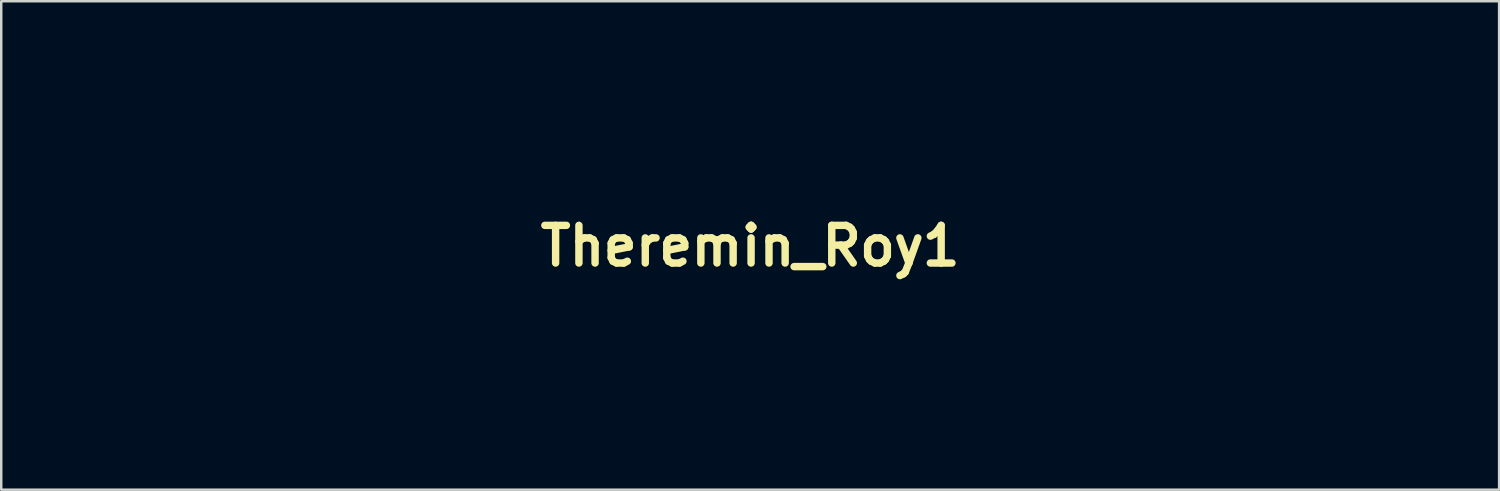
<source format=kicad_pcb>
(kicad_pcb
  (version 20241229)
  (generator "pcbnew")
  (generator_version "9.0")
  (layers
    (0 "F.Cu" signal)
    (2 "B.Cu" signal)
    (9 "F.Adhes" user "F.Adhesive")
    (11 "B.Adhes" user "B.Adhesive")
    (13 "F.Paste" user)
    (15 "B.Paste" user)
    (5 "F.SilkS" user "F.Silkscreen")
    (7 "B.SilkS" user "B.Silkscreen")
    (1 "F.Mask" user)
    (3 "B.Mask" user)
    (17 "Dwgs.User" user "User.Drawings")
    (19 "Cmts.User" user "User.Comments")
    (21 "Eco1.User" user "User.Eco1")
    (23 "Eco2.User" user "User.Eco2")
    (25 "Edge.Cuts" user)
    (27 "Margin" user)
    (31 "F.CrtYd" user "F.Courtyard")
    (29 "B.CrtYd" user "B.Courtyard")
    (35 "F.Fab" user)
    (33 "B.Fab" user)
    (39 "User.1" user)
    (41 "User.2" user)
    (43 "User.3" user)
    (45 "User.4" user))
  (footprint "Theremin_Roy1"
    (layer "F.Cu")
    (at 27.31 6.905)
    (property "Reference" "Theremin_Roy1" (at 0 0 0) (layer "F.SilkS") (effects (font (size 1.524 1.524) (thickness 0.3))))
    (attr through_hole)
    (fp_poly (pts (xy -15.483 6.858) (xy -17.007 6.858) (xy -12.774 2.625) (xy -11.25 2.625) (xy -15.483 6.858)) (stroke (width 0.01) (type solid)) (fill yes) (layer "F.Mask"))
    (fp_poly (pts (xy -12.499 6.858) (xy -14.023 6.858) (xy -9.79 2.625) (xy -8.266 2.625) (xy -12.499 6.858)) (stroke (width 0.01) (type solid)) (fill yes) (layer "F.Mask"))
    (fp_poly (pts (xy -9.493 6.858) (xy -11.017 6.858) (xy -6.784 2.625) (xy -5.26 2.625) (xy -9.493 6.858)) (stroke (width 0.01) (type solid)) (fill yes) (layer "F.Mask"))
    (fp_poly (pts (xy -8.964 -2.646) (xy -10.488 -2.646) (xy -6.234 -6.9) (xy -4.71 -6.9) (xy -8.964 -2.646)) (stroke (width 0.01) (type solid)) (fill yes) (layer "F.Mask"))
    (fp_poly (pts (xy -6.509 6.858) (xy -8.033 6.858) (xy -3.799 2.625) (xy -2.275 2.625) (xy -6.509 6.858)) (stroke (width 0.01) (type solid)) (fill yes) (layer "F.Mask"))
    (fp_poly (pts (xy -5.98 -2.646) (xy -7.504 -2.646) (xy -3.249 -6.9) (xy -1.725 -6.9) (xy -5.98 -2.646)) (stroke (width 0.01) (type solid)) (fill yes) (layer "F.Mask"))
    (fp_poly (pts (xy 5.493 6.858) (xy 3.948 6.858) (xy 8.181 2.625) (xy 9.726 2.625) (xy 5.493 6.858)) (stroke (width 0.01) (type solid)) (fill yes) (layer "F.Mask"))
    (fp_poly (pts (xy 27.305 6.858) (xy 26.226 6.858) (xy 26.226 5.8) (xy 27.305 5.8) (xy 27.305 6.858)) (stroke (width 0.01) (type solid)) (fill yes) (layer "F.Mask"))
    (fp_poly (pts (xy 4.583 4.741) (xy 2.466 6.858) (xy 0.947 6.858) (xy 5.181 2.625) (xy 6.699 2.625) (xy 4.583 4.741)) (stroke (width 0.01) (type solid)) (fill yes) (layer "F.Mask"))
    (fp_poly (pts (xy -1.386 4.741) (xy -3.503 6.858) (xy -5.027 6.858) (xy -2.91 4.741) (xy -0.794 2.625) (xy 0.73 2.625) (xy -1.386 4.741)) (stroke (width 0.01) (type solid)) (fill yes) (layer "F.Mask"))
    (fp_poly (pts (xy 11.451 3.884) (xy 9.964 5.371) (xy 8.477 6.858) (xy 6.953 6.858) (xy 11.187 2.625) (xy 11.451 2.625) (xy 11.451 3.884)) (stroke (width 0.01) (type solid)) (fill yes) (layer "F.Mask"))
    (fp_poly (pts (xy 27.305 -2.646) (xy 26.225 -2.646) (xy 26.23 -3.18) (xy 26.236 -3.715) (xy 26.771 -3.72) (xy 27.305 -3.726) (xy 27.305 -2.646)) (stroke (width 0.01) (type solid)) (fill yes) (layer "F.Mask"))
    (fp_poly (pts (xy -4.445 -1.079) (xy -6.011 -1.079) (xy -6.011 2.117) (xy -7.091 2.117) (xy -7.091 -1.079) (xy -8.678 -1.079) (xy -8.678 -2.138) (xy -4.445 -2.138) (xy -4.445 -1.079)) (stroke (width 0.01) (type solid)) (fill yes) (layer "F.Mask"))
    (fp_poly (pts (xy 13.018 5.8) (xy 15.134 5.8) (xy 15.134 2.625) (xy 16.214 2.625) (xy 16.214 6.858) (xy 11.959 6.858) (xy 11.959 2.625) (xy 13.018 2.625) (xy 13.018 5.8)) (stroke (width 0.01) (type solid)) (fill yes) (layer "F.Mask"))
    (fp_poly (pts (xy 20.955 6.858) (xy 19.875 6.858) (xy 19.875 3.704) (xy 17.78 3.704) (xy 17.78 6.858) (xy 16.722 6.858) (xy 16.722 2.625) (xy 20.955 2.625) (xy 20.955 6.858)) (stroke (width 0.01) (type solid)) (fill yes) (layer "F.Mask"))
    (fp_poly (pts (xy 25.718 -2.646) (xy 24.638 -2.646) (xy 24.638 -5.821) (xy 22.564 -5.821) (xy 22.564 -2.646) (xy 21.484 -2.646) (xy 21.484 -6.9) (xy 25.718 -6.9) (xy 25.718 -2.646)) (stroke (width 0.01) (type solid)) (fill yes) (layer "F.Mask"))
    (fp_poly (pts (xy 25.718 2.117) (xy 24.638 2.117) (xy 24.638 -1.079) (xy 22.564 -1.079) (xy 22.564 2.117) (xy 21.484 2.117) (xy 21.484 -2.138) (xy 25.718 -2.138) (xy 25.718 2.117)) (stroke (width 0.01) (type solid)) (fill yes) (layer "F.Mask"))
    (fp_poly (pts (xy 11.43 -2.646) (xy 7.176 -2.646) (xy 7.176 -5.821) (xy 8.276 -5.821) (xy 8.276 -3.725) (xy 10.372 -3.725) (xy 10.372 -5.821) (xy 8.276 -5.821) (xy 7.176 -5.821) (xy 7.176 -6.9) (xy 11.43 -6.9) (xy 11.43 -2.646)) (stroke (width 0.01) (type solid)) (fill yes) (layer "F.Mask"))
    (fp_poly (pts (xy 25.718 6.858) (xy 21.484 6.858) (xy 21.484 3.662) (xy 22.564 3.662) (xy 22.564 5.757) (xy 24.638 5.757) (xy 24.638 3.662) (xy 22.564 3.662) (xy 21.484 3.662) (xy 21.484 2.603) (xy 25.718 2.603) (xy 25.718 6.858)) (stroke (width 0.01) (type solid)) (fill yes) (layer "F.Mask"))
    (fp_poly (pts (xy 19.367 2.117) (xy 18.309 2.117) (xy 18.309 -1.079) (xy 17.78 -1.079) (xy 17.78 2.117) (xy 16.722 2.117) (xy 16.722 -1.079) (xy 16.214 -1.079) (xy 16.214 2.117) (xy 15.134 2.117) (xy 15.134 -2.138) (xy 19.367 -2.138) (xy 19.367 2.117)) (stroke (width 0.01) (type solid)) (fill yes) (layer "F.Mask"))
    (fp_poly (pts (xy 20.955 -5.821) (xy 17.78 -5.821) (xy 17.78 -5.334) (xy 20.955 -5.334) (xy 20.955 -4.233) (xy 17.78 -4.233) (xy 17.78 -3.725) (xy 20.955 -3.725) (xy 20.955 -2.646) (xy 16.722 -2.646) (xy 16.722 -6.9) (xy 20.955 -6.9) (xy 20.955 -5.821)) (stroke (width 0.01) (type solid)) (fill yes) (layer "F.Mask"))
    (fp_poly (pts (xy 6.668 -3.312) (xy 6.334 -2.979) (xy 6 -2.646) (xy 4.482 -2.646) (xy 5.055 -3.233) (xy 5.212 -3.394) (xy 5.386 -3.571) (xy 5.569 -3.756) (xy 5.751 -3.941) (xy 5.925 -4.116) (xy 6.082 -4.273) (xy 6.148 -4.339) (xy 6.668 -4.857) (xy 6.668 -3.312)) (stroke (width 0.01) (type solid)) (fill yes) (layer "F.Mask"))
    (fp_poly (pts (xy 16.214 -4.233) (xy 13.018 -4.233) (xy 13.018 -2.646) (xy 11.959 -2.646) (xy 11.959 -5.821) (xy 13.018 -5.821) (xy 13.018 -5.334) (xy 15.134 -5.334) (xy 15.134 -5.821) (xy 13.018 -5.821) (xy 11.959 -5.821) (xy 11.959 -6.9) (xy 16.214 -6.9) (xy 16.214 -4.233)) (stroke (width 0.01) (type solid)) (fill yes) (layer "F.Mask"))
    (fp_poly (pts (xy -2.836 -0.55) (xy -0.741 -0.55) (xy -0.741 -2.138) (xy 0.339 -2.138) (xy 0.339 2.117) (xy -0.741 2.117) (xy -0.741 0.529) (xy -2.836 0.529) (xy -2.841 1.318) (xy -2.847 2.106) (xy -3.381 2.112) (xy -3.916 2.117) (xy -3.916 -2.138) (xy -2.836 -2.138) (xy -2.836 -0.55)) (stroke (width 0.01) (type solid)) (fill yes) (layer "F.Mask"))
    (fp_poly (pts (xy -26.755 3.164) (xy -26.879 3.288) (xy -26.993 3.402) (xy -27.094 3.503) (xy -27.178 3.586) (xy -27.243 3.65) (xy -27.285 3.691) (xy -27.3 3.704) (xy -27.301 3.684) (xy -27.302 3.627) (xy -27.303 3.539) (xy -27.304 3.425) (xy -27.305 3.292) (xy -27.305 3.164) (xy -27.305 2.625) (xy -26.215 2.625) (xy -26.755 3.164)) (stroke (width 0.01) (type solid)) (fill yes) (layer "F.Mask"))
    (fp_poly (pts (xy -26.7 -6.897) (xy -26.513 -6.896) (xy -26.451 -6.895) (xy -25.696 -6.89) (xy -26.501 -6.086) (xy -27.305 -5.281) (xy -27.305 -6.808) (xy -27.256 -6.855) (xy -27.242 -6.867) (xy -27.226 -6.877) (xy -27.205 -6.884) (xy -27.172 -6.89) (xy -27.125 -6.894) (xy -27.059 -6.896) (xy -26.969 -6.898) (xy -26.851 -6.898) (xy -26.7 -6.897)) (stroke (width 0.01) (type solid)) (fill yes) (layer "F.Mask"))
    (fp_poly (pts (xy 27.305 2.117) (xy 26.775 2.117) (xy 26.603 2.116) (xy 26.469 2.115) (xy 26.369 2.112) (xy 26.3 2.107) (xy 26.258 2.101) (xy 26.237 2.093) (xy 26.235 2.09) (xy 26.232 2.062) (xy 26.23 1.998) (xy 26.229 1.904) (xy 26.229 1.786) (xy 26.229 1.65) (xy 26.23 1.545) (xy 26.236 1.027) (xy 27.305 1.015) (xy 27.305 2.117)) (stroke (width 0.01) (type solid)) (fill yes) (layer "F.Mask"))
    (fp_poly (pts (xy 11.447 5.376) (xy 11.448 5.433) (xy 11.449 5.524) (xy 11.45 5.643) (xy 11.451 5.785) (xy 11.451 5.946) (xy 11.451 6.107) (xy 11.451 6.858) (xy 9.938 6.858) (xy 10.689 6.107) (xy 10.836 5.96) (xy 10.974 5.822) (xy 11.099 5.697) (xy 11.21 5.587) (xy 11.302 5.495) (xy 11.374 5.424) (xy 11.423 5.377) (xy 11.445 5.356) (xy 11.446 5.355) (xy 11.447 5.376)) (stroke (width 0.01) (type solid)) (fill yes) (layer "F.Mask"))
    (fp_poly (pts (xy -7.599 1.96) (xy -7.679 2.038) (xy -7.759 2.117) (xy -8.505 2.117) (xy -8.677 2.116) (xy -8.836 2.115) (xy -8.976 2.113) (xy -9.092 2.11) (xy -9.179 2.107) (xy -9.233 2.104) (xy -9.25 2.101) (xy -9.235 2.083) (xy -9.193 2.039) (xy -9.127 1.97) (xy -9.039 1.879) (xy -8.931 1.77) (xy -8.807 1.644) (xy -8.67 1.505) (xy -8.521 1.356) (xy -8.424 1.259) (xy -7.599 0.434) (xy -7.599 1.96)) (stroke (width 0.01) (type solid)) (fill yes) (layer "F.Mask"))
    (fp_poly (pts (xy 20.955 2.117) (xy 20.429 2.117) (xy 20.284 2.116) (xy 20.153 2.115) (xy 20.043 2.112) (xy 19.958 2.109) (xy 19.905 2.106) (xy 19.89 2.103) (xy 19.888 2.08) (xy 19.886 2.018) (xy 19.884 1.919) (xy 19.882 1.786) (xy 19.881 1.623) (xy 19.879 1.432) (xy 19.878 1.215) (xy 19.877 0.976) (xy 19.876 0.718) (xy 19.876 0.443) (xy 19.876 0.154) (xy 19.875 -0.025) (xy 19.875 -2.138) (xy 20.955 -2.138) (xy 20.955 2.117)) (stroke (width 0.01) (type solid)) (fill yes) (layer "F.Mask"))
    (fp_poly (pts (xy 14.626 -1.079) (xy 11.43 -1.079) (xy 11.43 -0.55) (xy 14.626 -0.55) (xy 14.626 0.529) (xy 11.43 0.529) (xy 11.43 1.016) (xy 13.023 1.021) (xy 14.616 1.027) (xy 14.616 2.106) (xy 12.494 2.111) (xy 10.372 2.117) (xy 10.372 -2.11) (xy 11.328 -2.124) (xy 11.549 -2.127) (xy 11.803 -2.129) (xy 12.081 -2.132) (xy 12.373 -2.134) (xy 12.671 -2.136) (xy 12.964 -2.137) (xy 13.243 -2.138) (xy 13.455 -2.138) (xy 14.626 -2.138) (xy 14.626 -1.079)) (stroke (width 0.01) (type solid)) (fill yes) (layer "F.Mask"))
    (fp_poly (pts (xy -24.458 -2.127) (xy -25.871 -0.714) (xy -26.074 -0.511) (xy -26.269 -0.317) (xy -26.452 -0.134) (xy -26.624 0.037) (xy -26.78 0.192) (xy -26.92 0.331) (xy -27.041 0.451) (xy -27.14 0.549) (xy -27.217 0.624) (xy -27.268 0.675) (xy -27.293 0.697) (xy -27.294 0.699) (xy -27.297 0.678) (xy -27.299 0.62) (xy -27.301 0.529) (xy -27.303 0.411) (xy -27.304 0.269) (xy -27.305 0.108) (xy -27.305 -0.052) (xy -27.305 -0.802) (xy -26.642 -1.47) (xy -25.98 -2.138) (xy -24.458 -2.127)) (stroke (width 0.01) (type solid)) (fill yes) (layer "F.Mask"))
    (fp_poly (pts (xy -25.728 2.117) (xy -26.46 2.117) (xy -26.632 2.116) (xy -26.791 2.115) (xy -26.931 2.113) (xy -27.047 2.111) (xy -27.136 2.108) (xy -27.19 2.105) (xy -27.207 2.102) (xy -27.194 2.085) (xy -27.153 2.041) (xy -27.085 1.969) (xy -26.992 1.874) (xy -26.876 1.755) (xy -26.738 1.614) (xy -26.581 1.454) (xy -26.405 1.276) (xy -26.212 1.082) (xy -26.005 0.873) (xy -25.784 0.651) (xy -25.552 0.418) (xy -25.31 0.175) (xy -25.11 -0.026) (xy -22.998 -2.138) (xy -21.474 -2.138) (xy -25.728 2.117)) (stroke (width 0.01) (type solid)) (fill yes) (layer "F.Mask"))
    (fp_poly (pts (xy -19.727 2.117) (xy -20.468 2.117) (xy -20.695 2.116) (xy -20.88 2.114) (xy -21.023 2.111) (xy -21.125 2.107) (xy -21.187 2.102) (xy -21.209 2.095) (xy -21.209 2.095) (xy -21.194 2.077) (xy -21.151 2.032) (xy -21.082 1.96) (xy -20.987 1.863) (xy -20.869 1.744) (xy -20.73 1.602) (xy -20.571 1.442) (xy -20.394 1.263) (xy -20.2 1.068) (xy -19.992 0.859) (xy -19.77 0.637) (xy -19.537 0.404) (xy -19.295 0.161) (xy -19.101 -0.033) (xy -16.993 -2.138) (xy -15.473 -2.138) (xy -19.727 2.117)) (stroke (width 0.01) (type solid)) (fill yes) (layer "F.Mask"))
    (fp_poly (pts (xy -16.732 2.117) (xy -17.475 2.117) (xy -17.648 2.116) (xy -17.808 2.115) (xy -17.949 2.113) (xy -18.067 2.111) (xy -18.157 2.108) (xy -18.214 2.105) (xy -18.232 2.102) (xy -18.219 2.085) (xy -18.178 2.041) (xy -18.11 1.969) (xy -18.018 1.874) (xy -17.901 1.755) (xy -17.764 1.614) (xy -17.606 1.454) (xy -17.43 1.276) (xy -17.238 1.082) (xy -17.03 0.873) (xy -16.81 0.651) (xy -16.578 0.418) (xy -16.336 0.175) (xy -16.135 -0.026) (xy -14.023 -2.138) (xy -12.478 -2.138) (xy -16.732 2.117)) (stroke (width 0.01) (type solid)) (fill yes) (layer "F.Mask"))
    (fp_poly (pts (xy -14.84 2.625) (xy -14.681 2.626) (xy -14.541 2.628) (xy -14.425 2.631) (xy -14.337 2.634) (xy -14.283 2.637) (xy -14.266 2.641) (xy -14.281 2.657) (xy -14.324 2.702) (xy -14.394 2.773) (xy -14.488 2.869) (xy -14.606 2.988) (xy -14.745 3.129) (xy -14.904 3.289) (xy -15.081 3.467) (xy -15.274 3.662) (xy -15.482 3.871) (xy -15.703 4.093) (xy -15.936 4.325) (xy -16.178 4.568) (xy -16.367 4.757) (xy -18.468 6.858) (xy -19.992 6.858) (xy -15.759 2.625) (xy -15.012 2.625) (xy -14.84 2.625)) (stroke (width 0.01) (type solid)) (fill yes) (layer "F.Mask"))
    (fp_poly (pts (xy -13.748 2.117) (xy -14.494 2.117) (xy -14.667 2.116) (xy -14.826 2.115) (xy -14.965 2.113) (xy -15.082 2.111) (xy -15.169 2.108) (xy -15.223 2.104) (xy -15.24 2.101) (xy -15.225 2.084) (xy -15.182 2.039) (xy -15.113 1.968) (xy -15.018 1.872) (xy -14.901 1.753) (xy -14.762 1.612) (xy -14.603 1.452) (xy -14.425 1.274) (xy -14.232 1.079) (xy -14.024 0.87) (xy -13.802 0.648) (xy -13.569 0.415) (xy -13.327 0.172) (xy -13.129 -0.026) (xy -11.017 -2.138) (xy -9.493 -2.138) (xy -13.748 2.117)) (stroke (width 0.01) (type solid)) (fill yes) (layer "F.Mask"))
    (fp_poly (pts (xy -2.995 -2.646) (xy -3.741 -2.646) (xy -3.914 -2.646) (xy -4.073 -2.648) (xy -4.213 -2.649) (xy -4.329 -2.652) (xy -4.416 -2.655) (xy -4.471 -2.658) (xy -4.487 -2.662) (xy -4.473 -2.678) (xy -4.43 -2.723) (xy -4.36 -2.794) (xy -4.266 -2.89) (xy -4.148 -3.01) (xy -4.009 -3.15) (xy -3.85 -3.311) (xy -3.673 -3.489) (xy -3.479 -3.683) (xy -3.271 -3.893) (xy -3.049 -4.115) (xy -2.817 -4.348) (xy -2.574 -4.591) (xy -2.376 -4.789) (xy -0.265 -6.9) (xy 1.259 -6.9) (xy -2.995 -2.646)) (stroke (width 0.01) (type solid)) (fill yes) (layer "F.Mask"))
    (fp_poly (pts (xy -20.246 2.635) (xy -22.357 4.747) (xy -24.468 6.858) (xy -25.22 6.858) (xy -25.394 6.858) (xy -25.553 6.857) (xy -25.694 6.856) (xy -25.81 6.854) (xy -25.899 6.852) (xy -25.954 6.85) (xy -25.971 6.847) (xy -25.957 6.832) (xy -25.914 6.787) (xy -25.844 6.717) (xy -25.75 6.621) (xy -25.632 6.503) (xy -25.493 6.363) (xy -25.334 6.203) (xy -25.157 6.025) (xy -24.964 5.831) (xy -24.756 5.622) (xy -24.535 5.4) (xy -24.302 5.168) (xy -24.06 4.925) (xy -23.865 4.731) (xy -21.759 2.624) (xy -20.246 2.635)) (stroke (width 0.01) (type solid)) (fill yes) (layer "F.Mask"))
    (fp_poly (pts (xy -19.357 4.741) (xy -21.474 6.858) (xy -22.23 6.858) (xy -22.404 6.858) (xy -22.565 6.856) (xy -22.706 6.854) (xy -22.823 6.852) (xy -22.913 6.849) (xy -22.969 6.846) (xy -22.987 6.842) (xy -22.972 6.826) (xy -22.929 6.781) (xy -22.86 6.709) (xy -22.765 6.613) (xy -22.648 6.494) (xy -22.509 6.354) (xy -22.35 6.194) (xy -22.173 6.015) (xy -21.979 5.821) (xy -21.771 5.612) (xy -21.55 5.39) (xy -21.318 5.157) (xy -21.075 4.915) (xy -20.886 4.725) (xy -18.785 2.625) (xy -17.24 2.625) (xy -19.357 4.741)) (stroke (width 0.01) (type solid)) (fill yes) (layer "F.Mask"))
    (fp_poly (pts (xy -17.295 -6.9) (xy -17.136 -6.899) (xy -16.996 -6.897) (xy -16.88 -6.894) (xy -16.793 -6.891) (xy -16.738 -6.888) (xy -16.722 -6.884) (xy -16.736 -6.868) (xy -16.779 -6.823) (xy -16.849 -6.752) (xy -16.943 -6.656) (xy -17.061 -6.537) (xy -17.2 -6.396) (xy -17.359 -6.236) (xy -17.536 -6.057) (xy -17.73 -5.863) (xy -17.938 -5.654) (xy -18.16 -5.432) (xy -18.392 -5.198) (xy -18.635 -4.956) (xy -18.833 -4.757) (xy -20.944 -2.646) (xy -22.468 -2.646) (xy -20.341 -4.773) (xy -18.214 -6.9) (xy -17.468 -6.9) (xy -17.295 -6.9)) (stroke (width 0.01) (type solid)) (fill yes) (layer "F.Mask"))
    (fp_poly (pts (xy -9.191 -0.751) (xy -9.185 -0.55) (xy -8.63 -0.55) (xy -8.075 -0.55) (xy -10.751 2.117) (xy -11.507 2.117) (xy -11.68 2.116) (xy -11.839 2.115) (xy -11.978 2.113) (xy -12.093 2.111) (xy -12.179 2.108) (xy -12.232 2.104) (xy -12.248 2.101) (xy -12.231 2.084) (xy -12.187 2.039) (xy -12.116 1.968) (xy -12.022 1.874) (xy -11.905 1.757) (xy -11.769 1.621) (xy -11.615 1.467) (xy -11.446 1.297) (xy -11.262 1.113) (xy -11.066 0.918) (xy -10.861 0.713) (xy -10.715 0.566) (xy -9.197 -0.952) (xy -9.191 -0.751)) (stroke (width 0.01) (type solid)) (fill yes) (layer "F.Mask"))
    (fp_poly (pts (xy 3.122 2.625) (xy 3.282 2.626) (xy 3.423 2.628) (xy 3.541 2.631) (xy 3.63 2.634) (xy 3.686 2.637) (xy 3.704 2.641) (xy 3.689 2.657) (xy 3.647 2.702) (xy 3.577 2.773) (xy 3.483 2.869) (xy 3.365 2.988) (xy 3.226 3.129) (xy 3.067 3.289) (xy 2.89 3.467) (xy 2.697 3.662) (xy 2.488 3.871) (xy 2.267 4.093) (xy 2.035 4.325) (xy 1.793 4.568) (xy 1.603 4.757) (xy -0.497 6.858) (xy -2.043 6.858) (xy 0.074 4.741) (xy 2.191 2.625) (xy 2.947 2.625) (xy 3.122 2.625)) (stroke (width 0.01) (type solid)) (fill yes) (layer "F.Mask"))
    (fp_poly (pts (xy 3.66 -6.9) (xy 3.819 -6.899) (xy 3.959 -6.897) (xy 4.075 -6.894) (xy 4.162 -6.891) (xy 4.217 -6.888) (xy 4.233 -6.884) (xy 4.219 -6.868) (xy 4.176 -6.823) (xy 4.106 -6.752) (xy 4.012 -6.656) (xy 3.894 -6.537) (xy 3.755 -6.396) (xy 3.596 -6.236) (xy 3.419 -6.057) (xy 3.225 -5.863) (xy 3.017 -5.654) (xy 2.795 -5.432) (xy 2.563 -5.198) (xy 2.32 -4.956) (xy 2.122 -4.757) (xy 0.011 -2.646) (xy -1.513 -2.646) (xy 0.614 -4.773) (xy 2.741 -6.9) (xy 3.487 -6.9) (xy 3.66 -6.9)) (stroke (width 0.01) (type solid)) (fill yes) (layer "F.Mask"))
    (fp_poly (pts (xy -23.285 -6.9) (xy -23.126 -6.899) (xy -22.986 -6.897) (xy -22.87 -6.894) (xy -22.783 -6.891) (xy -22.728 -6.888) (xy -22.712 -6.884) (xy -22.727 -6.868) (xy -22.77 -6.823) (xy -22.839 -6.752) (xy -22.933 -6.656) (xy -23.051 -6.537) (xy -23.19 -6.396) (xy -23.349 -6.236) (xy -23.526 -6.057) (xy -23.72 -5.863) (xy -23.928 -5.654) (xy -24.15 -5.432) (xy -24.382 -5.198) (xy -24.625 -4.956) (xy -24.823 -4.757) (xy -26.935 -2.646) (xy -27.305 -2.646) (xy -27.305 -3.799) (xy -25.755 -5.35) (xy -24.204 -6.9) (xy -23.458 -6.9) (xy -23.285 -6.9)) (stroke (width 0.01) (type solid)) (fill yes) (layer "F.Mask"))
    (fp_poly (pts (xy 6.668 -6.318) (xy 4.831 -4.482) (xy 2.995 -2.646) (xy 2.249 -2.646) (xy 2.076 -2.646) (xy 1.917 -2.647) (xy 1.777 -2.649) (xy 1.661 -2.651) (xy 1.574 -2.653) (xy 1.519 -2.656) (xy 1.503 -2.659) (xy 1.518 -2.675) (xy 1.56 -2.72) (xy 1.63 -2.791) (xy 1.724 -2.887) (xy 1.842 -3.006) (xy 1.981 -3.146) (xy 2.14 -3.306) (xy 2.317 -3.484) (xy 2.511 -3.678) (xy 2.719 -3.888) (xy 2.941 -4.109) (xy 3.174 -4.343) (xy 3.416 -4.585) (xy 3.617 -4.786) (xy 5.731 -6.9) (xy 6.668 -6.9) (xy 6.668 -6.318)) (stroke (width 0.01) (type solid)) (fill yes) (layer "F.Mask"))
    (fp_poly (pts (xy 9.864 0.529) (xy 9.028 0.529) (xy 10.202 1.704) (xy 9.837 2.069) (xy 9.734 2.171) (xy 9.64 2.261) (xy 9.559 2.337) (xy 9.495 2.393) (xy 9.454 2.427) (xy 9.44 2.434) (xy 9.42 2.42) (xy 9.373 2.377) (xy 9.301 2.31) (xy 9.207 2.221) (xy 9.093 2.111) (xy 8.963 1.984) (xy 8.819 1.842) (xy 8.663 1.688) (xy 8.499 1.524) (xy 8.456 1.482) (xy 7.504 0.529) (xy 6.668 0.529) (xy 6.668 2.117) (xy 5.609 2.117) (xy 5.609 -1.058) (xy 6.668 -1.058) (xy 6.668 -0.55) (xy 8.784 -0.55) (xy 8.784 -1.058) (xy 6.668 -1.058) (xy 5.609 -1.058) (xy 5.609 -2.117) (xy 9.864 -2.117) (xy 9.864 0.529)) (stroke (width 0.01) (type solid)) (fill yes) (layer "F.Mask"))
    (fp_poly (pts (xy -23.823 2.625) (xy -23.663 2.626) (xy -23.522 2.628) (xy -23.405 2.631) (xy -23.315 2.634) (xy -23.259 2.637) (xy -23.241 2.641) (xy -23.256 2.657) (xy -23.298 2.702) (xy -23.367 2.772) (xy -23.459 2.866) (xy -23.572 2.981) (xy -23.705 3.115) (xy -23.856 3.267) (xy -24.021 3.434) (xy -24.2 3.613) (xy -24.39 3.804) (xy -24.589 4.003) (xy -24.794 4.209) (xy -25.004 4.419) (xy -25.217 4.632) (xy -25.431 4.846) (xy -25.642 5.057) (xy -25.85 5.265) (xy -26.052 5.466) (xy -26.246 5.659) (xy -26.43 5.843) (xy -26.602 6.013) (xy -26.76 6.17) (xy -26.901 6.31) (xy -27.023 6.431) (xy -27.125 6.531) (xy -27.204 6.609) (xy -27.259 6.661) (xy -27.286 6.687) (xy -27.289 6.689) (xy -27.293 6.668) (xy -27.296 6.61) (xy -27.299 6.519) (xy -27.302 6.401) (xy -27.303 6.258) (xy -27.305 6.097) (xy -27.305 5.932) (xy -27.305 5.175) (xy -24.754 2.625) (xy -23.998 2.625) (xy -23.823 2.625)) (stroke (width 0.01) (type solid)) (fill yes) (layer "F.Mask"))
    (fp_poly (pts (xy -20.289 -6.9) (xy -20.129 -6.899) (xy -19.987 -6.898) (xy -19.87 -6.896) (xy -19.781 -6.894) (xy -19.724 -6.892) (xy -19.706 -6.89) (xy -19.721 -6.874) (xy -19.764 -6.83) (xy -19.833 -6.759) (xy -19.928 -6.663) (xy -20.045 -6.545) (xy -20.185 -6.405) (xy -20.344 -6.245) (xy -20.521 -6.067) (xy -20.714 -5.873) (xy -20.923 -5.664) (xy -21.144 -5.442) (xy -21.377 -5.209) (xy -21.62 -4.966) (xy -21.823 -4.763) (xy -23.939 -2.646) (xy -24.691 -2.646) (xy -24.865 -2.646) (xy -25.024 -2.647) (xy -25.164 -2.649) (xy -25.281 -2.652) (xy -25.37 -2.655) (xy -25.425 -2.658) (xy -25.442 -2.662) (xy -25.428 -2.678) (xy -25.385 -2.723) (xy -25.315 -2.794) (xy -25.221 -2.89) (xy -25.103 -3.01) (xy -24.964 -3.15) (xy -24.805 -3.311) (xy -24.628 -3.489) (xy -24.434 -3.683) (xy -24.226 -3.893) (xy -24.004 -4.115) (xy -23.772 -4.348) (xy -23.529 -4.591) (xy -23.331 -4.789) (xy -21.22 -6.9) (xy -20.463 -6.9) (xy -20.289 -6.9)) (stroke (width 0.01) (type solid)) (fill yes) (layer "F.Mask"))
    (fp_poly (pts (xy -19.082 -2.137) (xy -18.922 -2.136) (xy -18.781 -2.134) (xy -18.663 -2.132) (xy -18.574 -2.129) (xy -18.518 -2.125) (xy -18.5 -2.122) (xy -18.514 -2.105) (xy -18.557 -2.061) (xy -18.627 -1.989) (xy -18.721 -1.893) (xy -18.839 -1.774) (xy -18.978 -1.633) (xy -19.137 -1.473) (xy -19.314 -1.295) (xy -19.508 -1.1) (xy -19.716 -0.891) (xy -19.938 -0.669) (xy -20.17 -0.436) (xy -20.413 -0.193) (xy -20.611 0.005) (xy -22.722 2.117) (xy -23.479 2.117) (xy -23.653 2.116) (xy -23.813 2.115) (xy -23.955 2.113) (xy -24.072 2.111) (xy -24.161 2.108) (xy -24.218 2.104) (xy -24.236 2.101) (xy -24.221 2.084) (xy -24.178 2.039) (xy -24.109 1.968) (xy -24.014 1.872) (xy -23.897 1.753) (xy -23.757 1.612) (xy -23.598 1.452) (xy -23.421 1.274) (xy -23.228 1.079) (xy -23.019 0.87) (xy -22.798 0.648) (xy -22.565 0.415) (xy -22.323 0.172) (xy -22.124 -0.026) (xy -20.013 -2.138) (xy -19.256 -2.138) (xy -19.082 -2.137)) (stroke (width 0.01) (type solid)) (fill yes) (layer "F.Mask"))
    (fp_poly (pts (xy -14.298 -6.9) (xy -14.138 -6.899) (xy -13.997 -6.897) (xy -13.88 -6.894) (xy -13.79 -6.891) (xy -13.734 -6.888) (xy -13.716 -6.884) (xy -13.731 -6.868) (xy -13.774 -6.823) (xy -13.843 -6.752) (xy -13.938 -6.656) (xy -14.055 -6.537) (xy -14.194 -6.396) (xy -14.353 -6.236) (xy -14.531 -6.057) (xy -14.724 -5.863) (xy -14.932 -5.654) (xy -15.154 -5.432) (xy -15.387 -5.198) (xy -15.629 -4.956) (xy -15.827 -4.757) (xy -17.939 -2.646) (xy -18.695 -2.646) (xy -18.87 -2.646) (xy -19.03 -2.647) (xy -19.171 -2.649) (xy -19.289 -2.652) (xy -19.378 -2.655) (xy -19.434 -2.658) (xy -19.452 -2.662) (xy -19.437 -2.678) (xy -19.394 -2.723) (xy -19.325 -2.794) (xy -19.231 -2.89) (xy -19.113 -3.01) (xy -18.974 -3.15) (xy -18.815 -3.311) (xy -18.638 -3.489) (xy -18.444 -3.683) (xy -18.236 -3.893) (xy -18.014 -4.115) (xy -17.782 -4.348) (xy -17.539 -4.591) (xy -17.341 -4.789) (xy -15.229 -6.9) (xy -14.473 -6.9) (xy -14.298 -6.9)) (stroke (width 0.01) (type solid)) (fill yes) (layer "F.Mask"))
    (fp_poly (pts (xy -11.307 -6.9) (xy -11.148 -6.899) (xy -11.008 -6.898) (xy -10.891 -6.896) (xy -10.803 -6.894) (xy -10.748 -6.892) (xy -10.732 -6.89) (xy -10.746 -6.874) (xy -10.789 -6.83) (xy -10.859 -6.759) (xy -10.953 -6.663) (xy -11.071 -6.545) (xy -11.21 -6.405) (xy -11.369 -6.245) (xy -11.546 -6.067) (xy -11.74 -5.873) (xy -11.948 -5.664) (xy -12.169 -5.442) (xy -12.402 -5.209) (xy -12.645 -4.966) (xy -12.848 -4.763) (xy -14.965 -2.646) (xy -15.716 -2.646) (xy -15.89 -2.646) (xy -16.049 -2.647) (xy -16.19 -2.648) (xy -16.307 -2.649) (xy -16.395 -2.65) (xy -16.45 -2.652) (xy -16.468 -2.654) (xy -16.453 -2.669) (xy -16.41 -2.713) (xy -16.34 -2.784) (xy -16.246 -2.879) (xy -16.128 -2.997) (xy -15.989 -3.137) (xy -15.83 -3.297) (xy -15.653 -3.475) (xy -15.46 -3.669) (xy -15.251 -3.878) (xy -15.03 -4.099) (xy -14.797 -4.332) (xy -14.554 -4.575) (xy -14.348 -4.781) (xy -12.229 -6.9) (xy -11.48 -6.9) (xy -11.307 -6.9)) (stroke (width 0.01) (type solid)) (fill yes) (layer "F.Mask"))
    (fp_poly (pts (xy -8.329 -6.9) (xy -8.169 -6.899) (xy -8.028 -6.897) (xy -7.911 -6.894) (xy -7.821 -6.891) (xy -7.765 -6.888) (xy -7.747 -6.884) (xy -7.762 -6.868) (xy -7.805 -6.823) (xy -7.874 -6.752) (xy -7.969 -6.656) (xy -8.086 -6.537) (xy -8.225 -6.396) (xy -8.384 -6.236) (xy -8.562 -6.057) (xy -8.755 -5.863) (xy -8.963 -5.654) (xy -9.185 -5.432) (xy -9.418 -5.198) (xy -9.66 -4.956) (xy -9.858 -4.757) (xy -11.97 -2.646) (xy -12.726 -2.646) (xy -12.901 -2.646) (xy -13.061 -2.647) (xy -13.202 -2.649) (xy -13.32 -2.652) (xy -13.409 -2.655) (xy -13.465 -2.658) (xy -13.483 -2.662) (xy -13.468 -2.678) (xy -13.425 -2.723) (xy -13.356 -2.794) (xy -13.262 -2.89) (xy -13.144 -3.01) (xy -13.005 -3.15) (xy -12.846 -3.311) (xy -12.669 -3.489) (xy -12.475 -3.683) (xy -12.267 -3.893) (xy -12.045 -4.115) (xy -11.813 -4.348) (xy -11.57 -4.591) (xy -11.372 -4.789) (xy -9.26 -6.9) (xy -8.504 -6.9) (xy -8.329 -6.9)) (stroke (width 0.01) (type solid)) (fill yes) (layer "F.Mask"))
    (fp_poly (pts (xy 2.258 -2.138) (xy 2.54 -2.137) (xy 2.834 -2.135) (xy 3.131 -2.134) (xy 3.422 -2.131) (xy 3.696 -2.129) (xy 3.945 -2.126) (xy 4.124 -2.124) (xy 5.08 -2.11) (xy 5.08 -1.058) (xy 1.905 -1.058) (xy 1.905 -0.55) (xy 5.08 -0.55) (xy 5.08 0.529) (xy 3.498 0.534) (xy 1.916 0.54) (xy 1.91 0.788) (xy 1.904 1.037) (xy 5.08 1.037) (xy 5.08 2.117) (xy 2.967 2.117) (xy 2.671 2.117) (xy 2.388 2.116) (xy 2.119 2.115) (xy 1.868 2.115) (xy 1.638 2.114) (xy 1.431 2.112) (xy 1.25 2.111) (xy 1.099 2.109) (xy 0.98 2.108) (xy 0.895 2.106) (xy 0.848 2.104) (xy 0.84 2.103) (xy 0.838 2.08) (xy 0.836 2.018) (xy 0.834 1.919) (xy 0.832 1.786) (xy 0.831 1.623) (xy 0.829 1.432) (xy 0.828 1.215) (xy 0.827 0.976) (xy 0.826 0.718) (xy 0.826 0.443) (xy 0.826 0.154) (xy 0.826 -0.025) (xy 0.826 -2.138) (xy 1.997 -2.138) (xy 2.258 -2.138)) (stroke (width 0.01) (type solid)) (fill yes) (layer "F.Mask")))
  (gr_rect
    (start -3 -3)
    (end 57.62 16.768)
    (stroke (width 0.1) (type default))
    (fill no)
    (layer "Edge.Cuts")))
</source>
